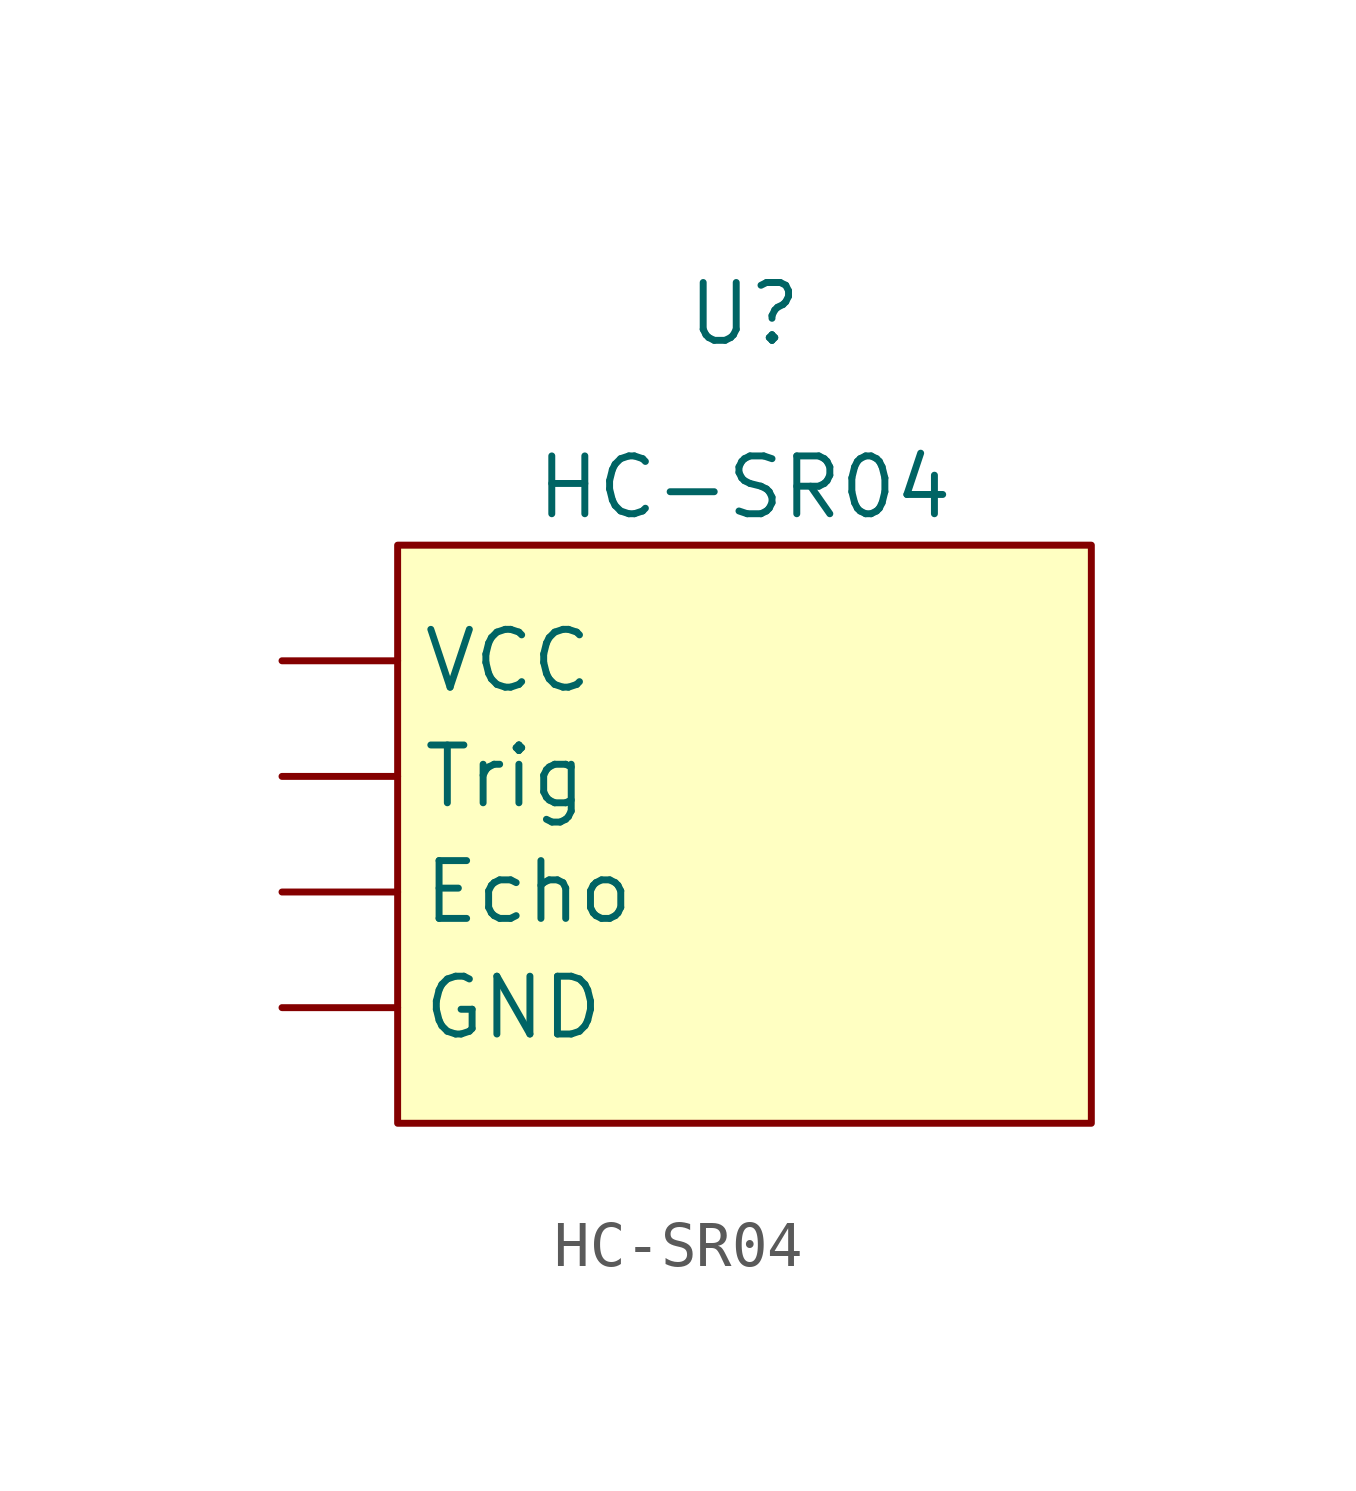
<source format=kicad_sym>
(kicad_symbol_lib
  (version 20211014)
  (generator kicad_symbol_editor)
  (symbol "HC-SR04"
    (property "Reference" "U"
      (at 0 10.16 0)
      (effects (font (size 1.27 1.27))))
    (property "Value" "HC-SR04"
      (at 0 6.35 0)
      (effects (font (size 1.27 1.27))))
    (symbol "HC-SR04_0_1"
      (rectangle (start -7.62 5.08) (end 7.62 -7.62) (stroke (width 0) (type default) (color 0 0 0 0)) (fill (type background))))
    (symbol "HC-SR04_1_1"
      (pin output line (at -10.16 -2.54 0) (length 2.54) (name "Echo" (effects (font (size 1.27 1.27)))) (number "" (effects (font (size 1.27 1.27)))))
      (pin power_in line (at -10.16 -5.08 0) (length 2.54) (name "GND" (effects (font (size 1.27 1.27)))) (number "" (effects (font (size 1.27 1.27)))))
      (pin input line (at -10.16 0 0) (length 2.54) (name "Trig" (effects (font (size 1.27 1.27)))) (number "" (effects (font (size 1.27 1.27)))))
      (pin power_in line (at -10.16 2.54 0) (length 2.54) (name "VCC" (effects (font (size 1.27 1.27)))) (number "" (effects (font (size 1.27 1.27))))))))
</source>
